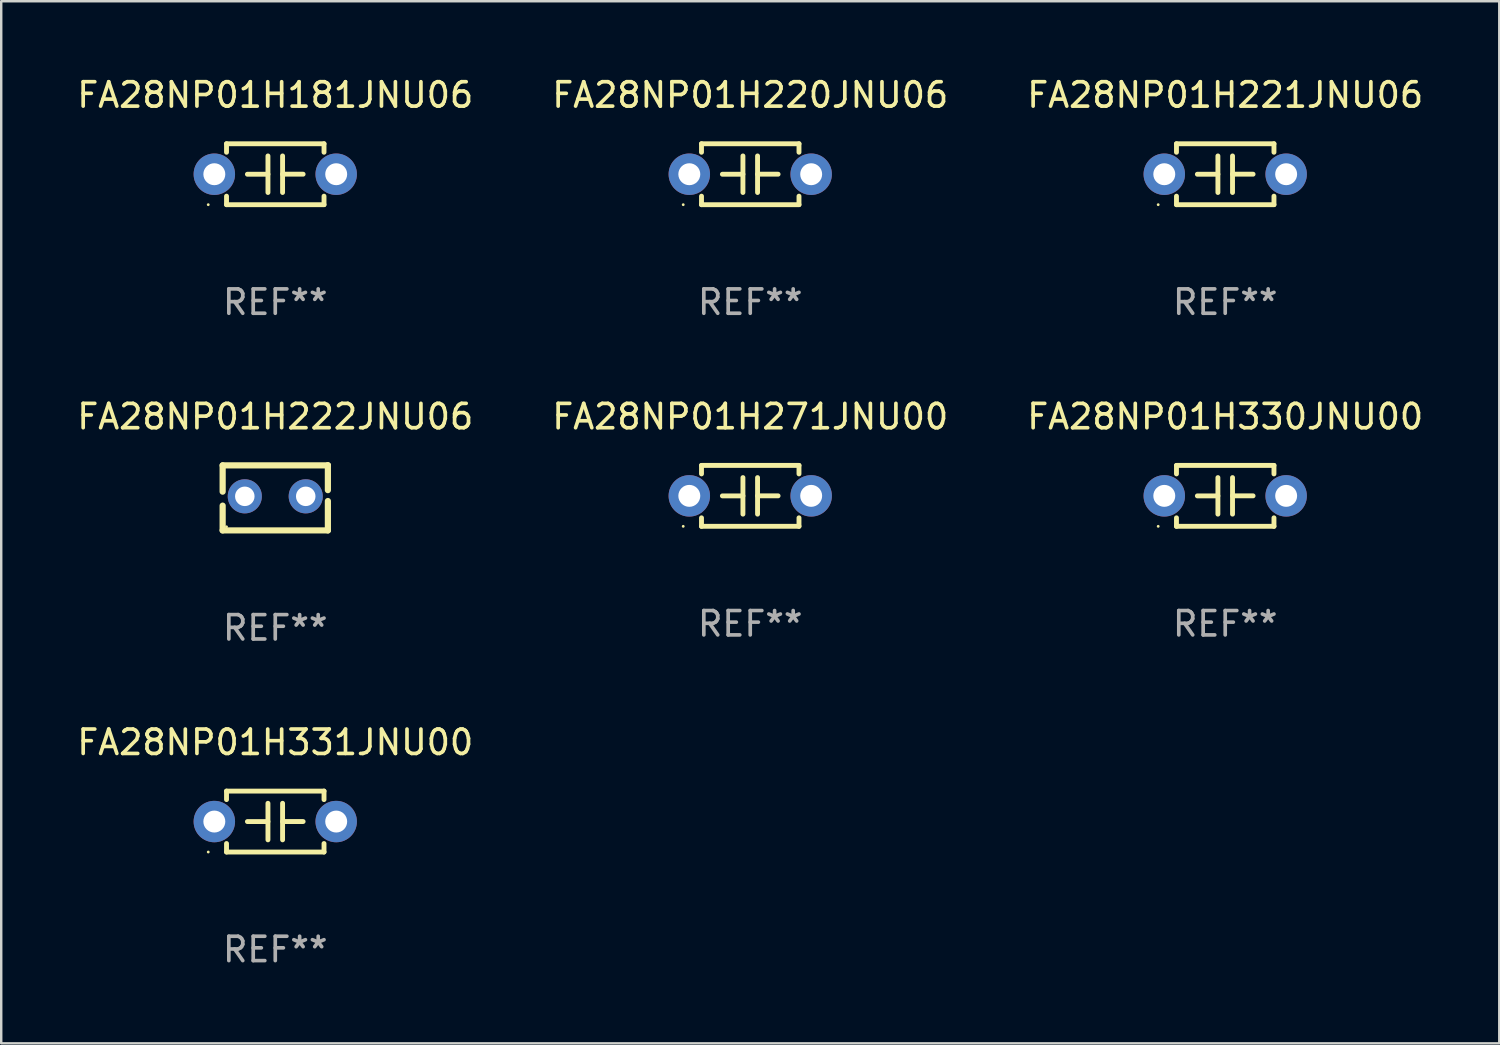
<source format=kicad_pcb>
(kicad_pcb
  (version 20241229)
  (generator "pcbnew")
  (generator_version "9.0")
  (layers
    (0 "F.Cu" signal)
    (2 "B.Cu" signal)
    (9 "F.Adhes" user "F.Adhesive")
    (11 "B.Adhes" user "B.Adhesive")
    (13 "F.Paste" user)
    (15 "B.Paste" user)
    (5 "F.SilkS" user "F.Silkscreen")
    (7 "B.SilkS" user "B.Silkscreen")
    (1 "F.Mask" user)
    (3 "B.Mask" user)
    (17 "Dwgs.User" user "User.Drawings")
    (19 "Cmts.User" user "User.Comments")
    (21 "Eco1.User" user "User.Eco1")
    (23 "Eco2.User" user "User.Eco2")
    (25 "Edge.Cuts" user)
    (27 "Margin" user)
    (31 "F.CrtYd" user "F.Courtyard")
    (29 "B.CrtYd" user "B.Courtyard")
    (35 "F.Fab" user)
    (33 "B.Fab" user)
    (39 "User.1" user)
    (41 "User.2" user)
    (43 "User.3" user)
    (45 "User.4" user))
  (footprint "FA28NP01H220JNU06"
    (layer "F.Cu")
    (at 27.732 4.098)
    (property "Reference" "FA28NP01H220JNU06" (at 0 -3.25 0) (layer "F.SilkS") (effects (font (size 1 1) (thickness 0.15))))
    (attr through_hole)
    (fp_line (start -2 -1.25) (end -2 -0.901) (stroke (width 0.2) (type solid)) (layer "F.SilkS"))
    (fp_line (start -2 -1.25) (end 2 -1.25) (stroke (width 0.2) (type solid)) (layer "F.SilkS"))
    (fp_line (start -2 0.901) (end -2 1.25) (stroke (width 0.2) (type solid)) (layer "F.SilkS"))
    (fp_line (start -0.3 -0.75) (end -0.3 0.75) (stroke (width 0.2) (type solid)) (layer "F.SilkS"))
    (fp_line (start -0.3 0.001) (end -1.143 0.001) (stroke (width 0.2) (type solid)) (layer "F.SilkS"))
    (fp_line (start 0.3 -0.001) (end 1.143 -0.001) (stroke (width 0.2) (type solid)) (layer "F.SilkS"))
    (fp_line (start 0.3 0.75) (end 0.3 -0.75) (stroke (width 0.2) (type solid)) (layer "F.SilkS"))
    (fp_line (start 2 -1.25) (end 2 -0.901) (stroke (width 0.2) (type solid)) (layer "F.SilkS"))
    (fp_line (start 2 0.901) (end 2 1.25) (stroke (width 0.2) (type solid)) (layer "F.SilkS"))
    (fp_line (start 2 1.25) (end -2 1.25) (stroke (width 0.2) (type solid)) (layer "F.SilkS"))
    (fp_circle (center -2.75 1.25) (end -2.72 1.25) (stroke (width 0.06) (type solid)) (fill no) (layer "F.SilkS"))
    (fp_text user "REF**" (at 0 5.25 0) (layer "F.Fab") (effects (font (size 1 1) (thickness 0.15))))
    (pad "1" thru_hole circle (at -2.5 0) (size 1.7 1.7) (drill 0.9) (layers "*.Cu" "*.Mask"))
    (pad "2" thru_hole circle (at 2.5 0) (size 1.7 1.7) (drill 0.9) (layers "*.Cu" "*.Mask")))
  (footprint "FA28NP01H181JNU06"
    (layer "F.Cu")
    (at 8.244 4.098)
    (property "Reference" "FA28NP01H181JNU06" (at 0 -3.25 0) (layer "F.SilkS") (effects (font (size 1 1) (thickness 0.15))))
    (attr through_hole)
    (fp_line (start -2 -1.25) (end -2 -0.901) (stroke (width 0.2) (type solid)) (layer "F.SilkS"))
    (fp_line (start -2 -1.25) (end 2 -1.25) (stroke (width 0.2) (type solid)) (layer "F.SilkS"))
    (fp_line (start -2 0.901) (end -2 1.25) (stroke (width 0.2) (type solid)) (layer "F.SilkS"))
    (fp_line (start -0.3 -0.75) (end -0.3 0.75) (stroke (width 0.2) (type solid)) (layer "F.SilkS"))
    (fp_line (start -0.3 0.001) (end -1.143 0.001) (stroke (width 0.2) (type solid)) (layer "F.SilkS"))
    (fp_line (start 0.3 -0.001) (end 1.143 -0.001) (stroke (width 0.2) (type solid)) (layer "F.SilkS"))
    (fp_line (start 0.3 0.75) (end 0.3 -0.75) (stroke (width 0.2) (type solid)) (layer "F.SilkS"))
    (fp_line (start 2 -1.25) (end 2 -0.901) (stroke (width 0.2) (type solid)) (layer "F.SilkS"))
    (fp_line (start 2 0.901) (end 2 1.25) (stroke (width 0.2) (type solid)) (layer "F.SilkS"))
    (fp_line (start 2 1.25) (end -2 1.25) (stroke (width 0.2) (type solid)) (layer "F.SilkS"))
    (fp_circle (center -2.75 1.25) (end -2.72 1.25) (stroke (width 0.06) (type solid)) (fill no) (layer "F.SilkS"))
    (fp_text user "REF**" (at 0 5.25 0) (layer "F.Fab") (effects (font (size 1 1) (thickness 0.15))))
    (pad "1" thru_hole circle (at -2.5 0) (size 1.7 1.7) (drill 0.9) (layers "*.Cu" "*.Mask"))
    (pad "2" thru_hole circle (at 2.5 0) (size 1.7 1.7) (drill 0.9) (layers "*.Cu" "*.Mask")))
  (footprint "FA28NP01H330JNU00"
    (layer "F.Cu")
    (at 47.22 17.295)
    (property "Reference" "FA28NP01H330JNU00" (at 0 -3.25 0) (layer "F.SilkS") (effects (font (size 1 1) (thickness 0.15))))
    (attr through_hole)
    (fp_line (start -2 -1.25) (end -2 -0.901) (stroke (width 0.2) (type solid)) (layer "F.SilkS"))
    (fp_line (start -2 -1.25) (end 2 -1.25) (stroke (width 0.2) (type solid)) (layer "F.SilkS"))
    (fp_line (start -2 0.901) (end -2 1.25) (stroke (width 0.2) (type solid)) (layer "F.SilkS"))
    (fp_line (start -0.3 -0.75) (end -0.3 0.75) (stroke (width 0.2) (type solid)) (layer "F.SilkS"))
    (fp_line (start -0.3 0.001) (end -1.143 0.001) (stroke (width 0.2) (type solid)) (layer "F.SilkS"))
    (fp_line (start 0.3 -0.001) (end 1.143 -0.001) (stroke (width 0.2) (type solid)) (layer "F.SilkS"))
    (fp_line (start 0.3 0.75) (end 0.3 -0.75) (stroke (width 0.2) (type solid)) (layer "F.SilkS"))
    (fp_line (start 2 -1.25) (end 2 -0.901) (stroke (width 0.2) (type solid)) (layer "F.SilkS"))
    (fp_line (start 2 0.901) (end 2 1.25) (stroke (width 0.2) (type solid)) (layer "F.SilkS"))
    (fp_line (start 2 1.25) (end -2 1.25) (stroke (width 0.2) (type solid)) (layer "F.SilkS"))
    (fp_circle (center -2.75 1.25) (end -2.72 1.25) (stroke (width 0.06) (type solid)) (fill no) (layer "F.SilkS"))
    (fp_text user "REF**" (at 0 5.25 0) (layer "F.Fab") (effects (font (size 1 1) (thickness 0.15))))
    (pad "1" thru_hole circle (at -2.5 0) (size 1.7 1.7) (drill 0.9) (layers "*.Cu" "*.Mask"))
    (pad "2" thru_hole circle (at 2.5 0) (size 1.7 1.7) (drill 0.9) (layers "*.Cu" "*.Mask")))
  (footprint "FA28NP01H221JNU06"
    (layer "F.Cu")
    (at 47.22 4.098)
    (property "Reference" "FA28NP01H221JNU06" (at 0 -3.25 0) (layer "F.SilkS") (effects (font (size 1 1) (thickness 0.15))))
    (attr through_hole)
    (fp_line (start -2 -1.25) (end -2 -0.901) (stroke (width 0.2) (type solid)) (layer "F.SilkS"))
    (fp_line (start -2 -1.25) (end 2 -1.25) (stroke (width 0.2) (type solid)) (layer "F.SilkS"))
    (fp_line (start -2 0.901) (end -2 1.25) (stroke (width 0.2) (type solid)) (layer "F.SilkS"))
    (fp_line (start -0.3 -0.75) (end -0.3 0.75) (stroke (width 0.2) (type solid)) (layer "F.SilkS"))
    (fp_line (start -0.3 0.001) (end -1.143 0.001) (stroke (width 0.2) (type solid)) (layer "F.SilkS"))
    (fp_line (start 0.3 -0.001) (end 1.143 -0.001) (stroke (width 0.2) (type solid)) (layer "F.SilkS"))
    (fp_line (start 0.3 0.75) (end 0.3 -0.75) (stroke (width 0.2) (type solid)) (layer "F.SilkS"))
    (fp_line (start 2 -1.25) (end 2 -0.901) (stroke (width 0.2) (type solid)) (layer "F.SilkS"))
    (fp_line (start 2 0.901) (end 2 1.25) (stroke (width 0.2) (type solid)) (layer "F.SilkS"))
    (fp_line (start 2 1.25) (end -2 1.25) (stroke (width 0.2) (type solid)) (layer "F.SilkS"))
    (fp_circle (center -2.75 1.25) (end -2.72 1.25) (stroke (width 0.06) (type solid)) (fill no) (layer "F.SilkS"))
    (fp_text user "REF**" (at 0 5.25 0) (layer "F.Fab") (effects (font (size 1 1) (thickness 0.15))))
    (pad "1" thru_hole circle (at -2.5 0) (size 1.7 1.7) (drill 0.9) (layers "*.Cu" "*.Mask"))
    (pad "2" thru_hole circle (at 2.5 0) (size 1.7 1.7) (drill 0.9) (layers "*.Cu" "*.Mask")))
  (footprint "FA28NP01H222JNU06"
    (layer "F.Cu")
    (at 8.244 17.378)
    (property "Reference" "FA28NP01H222JNU06" (at 0 -3.334 0) (layer "F.SilkS") (effects (font (size 1 1) (thickness 0.15))))
    (attr through_hole)
    (fp_line (start -2.159 -1.334) (end 2.159 -1.334) (stroke (width 0.254) (type solid)) (layer "F.SilkS"))
    (fp_line (start -2.159 -0.256) (end -2.159 -1.334) (stroke (width 0.254) (type solid)) (layer "F.SilkS"))
    (fp_line (start -2.159 1.334) (end -2.159 0.318) (stroke (width 0.254) (type solid)) (layer "F.SilkS"))
    (fp_line (start 2.159 -1.334) (end 2.159 -1.334) (stroke (width 0.254) (type solid)) (layer "F.SilkS"))
    (fp_line (start 2.159 -1.334) (end 2.159 -0.318) (stroke (width 0.254) (type solid)) (layer "F.SilkS"))
    (fp_line (start 2.159 0.129) (end 2.159 1.334) (stroke (width 0.254) (type solid)) (layer "F.SilkS"))
    (fp_line (start 2.159 1.334) (end -2.159 1.334) (stroke (width 0.254) (type solid)) (layer "F.SilkS"))
    (fp_circle (center -2 1.186) (end -1.97 1.186) (stroke (width 0.06) (type solid)) (fill no) (layer "F.SilkS"))
    (fp_text user "REF**" (at 0 5.334 0) (layer "F.Fab") (effects (font (size 1 1) (thickness 0.15))))
    (pad "1" thru_hole circle (at -1.25 -0.064) (size 1.4 1.4) (drill 0.8) (layers "*.Cu" "*.Mask"))
    (pad "2" thru_hole circle (at 1.25 -0.064) (size 1.4 1.4) (drill 0.8) (layers "*.Cu" "*.Mask")))
  (footprint "FA28NP01H271JNU00"
    (layer "F.Cu")
    (at 27.732 17.295)
    (property "Reference" "FA28NP01H271JNU00" (at 0 -3.25 0) (layer "F.SilkS") (effects (font (size 1 1) (thickness 0.15))))
    (attr through_hole)
    (fp_line (start -2 -1.25) (end -2 -0.901) (stroke (width 0.2) (type solid)) (layer "F.SilkS"))
    (fp_line (start -2 -1.25) (end 2 -1.25) (stroke (width 0.2) (type solid)) (layer "F.SilkS"))
    (fp_line (start -2 0.901) (end -2 1.25) (stroke (width 0.2) (type solid)) (layer "F.SilkS"))
    (fp_line (start -0.3 -0.75) (end -0.3 0.75) (stroke (width 0.2) (type solid)) (layer "F.SilkS"))
    (fp_line (start -0.3 0.001) (end -1.143 0.001) (stroke (width 0.2) (type solid)) (layer "F.SilkS"))
    (fp_line (start 0.3 -0.001) (end 1.143 -0.001) (stroke (width 0.2) (type solid)) (layer "F.SilkS"))
    (fp_line (start 0.3 0.75) (end 0.3 -0.75) (stroke (width 0.2) (type solid)) (layer "F.SilkS"))
    (fp_line (start 2 -1.25) (end 2 -0.901) (stroke (width 0.2) (type solid)) (layer "F.SilkS"))
    (fp_line (start 2 0.901) (end 2 1.25) (stroke (width 0.2) (type solid)) (layer "F.SilkS"))
    (fp_line (start 2 1.25) (end -2 1.25) (stroke (width 0.2) (type solid)) (layer "F.SilkS"))
    (fp_circle (center -2.75 1.25) (end -2.72 1.25) (stroke (width 0.06) (type solid)) (fill no) (layer "F.SilkS"))
    (fp_text user "REF**" (at 0 5.25 0) (layer "F.Fab") (effects (font (size 1 1) (thickness 0.15))))
    (pad "1" thru_hole circle (at -2.5 0) (size 1.7 1.7) (drill 0.9) (layers "*.Cu" "*.Mask"))
    (pad "2" thru_hole circle (at 2.5 0) (size 1.7 1.7) (drill 0.9) (layers "*.Cu" "*.Mask")))
  (footprint "FA28NP01H331JNU00"
    (layer "F.Cu")
    (at 8.244 30.658)
    (property "Reference" "FA28NP01H331JNU00" (at 0 -3.25 0) (layer "F.SilkS") (effects (font (size 1 1) (thickness 0.15))))
    (attr through_hole)
    (fp_line (start -2 -1.25) (end -2 -0.901) (stroke (width 0.2) (type solid)) (layer "F.SilkS"))
    (fp_line (start -2 -1.25) (end 2 -1.25) (stroke (width 0.2) (type solid)) (layer "F.SilkS"))
    (fp_line (start -2 0.901) (end -2 1.25) (stroke (width 0.2) (type solid)) (layer "F.SilkS"))
    (fp_line (start -0.3 -0.75) (end -0.3 0.75) (stroke (width 0.2) (type solid)) (layer "F.SilkS"))
    (fp_line (start -0.3 0.001) (end -1.143 0.001) (stroke (width 0.2) (type solid)) (layer "F.SilkS"))
    (fp_line (start 0.3 -0.001) (end 1.143 -0.001) (stroke (width 0.2) (type solid)) (layer "F.SilkS"))
    (fp_line (start 0.3 0.75) (end 0.3 -0.75) (stroke (width 0.2) (type solid)) (layer "F.SilkS"))
    (fp_line (start 2 -1.25) (end 2 -0.901) (stroke (width 0.2) (type solid)) (layer "F.SilkS"))
    (fp_line (start 2 0.901) (end 2 1.25) (stroke (width 0.2) (type solid)) (layer "F.SilkS"))
    (fp_line (start 2 1.25) (end -2 1.25) (stroke (width 0.2) (type solid)) (layer "F.SilkS"))
    (fp_circle (center -2.75 1.25) (end -2.72 1.25) (stroke (width 0.06) (type solid)) (fill no) (layer "F.SilkS"))
    (fp_text user "REF**" (at 0 5.25 0) (layer "F.Fab") (effects (font (size 1 1) (thickness 0.15))))
    (pad "1" thru_hole circle (at -2.5 0) (size 1.7 1.7) (drill 0.9) (layers "*.Cu" "*.Mask"))
    (pad "2" thru_hole circle (at 2.5 0) (size 1.7 1.7) (drill 0.9) (layers "*.Cu" "*.Mask")))
  (gr_rect
    (start -3 -3)
    (end 58.464 39.757)
    (stroke (width 0.1) (type default))
    (fill no)
    (layer "Edge.Cuts")))
</source>
